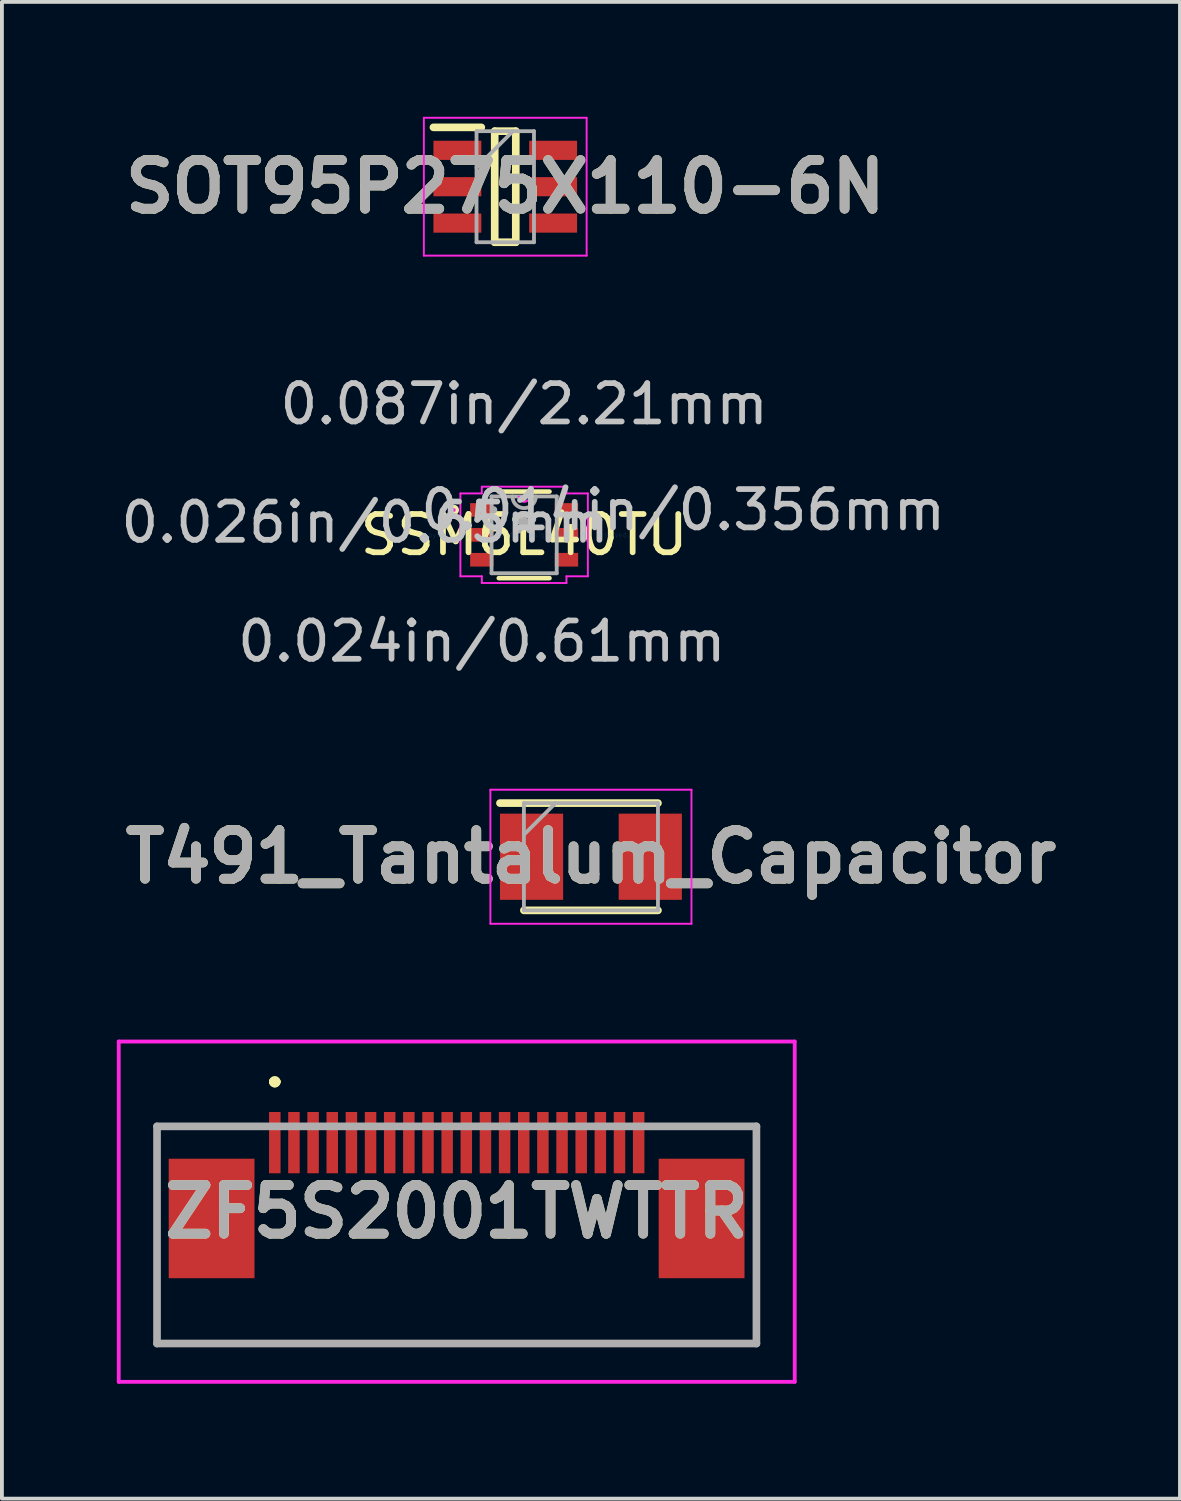
<source format=kicad_pcb>
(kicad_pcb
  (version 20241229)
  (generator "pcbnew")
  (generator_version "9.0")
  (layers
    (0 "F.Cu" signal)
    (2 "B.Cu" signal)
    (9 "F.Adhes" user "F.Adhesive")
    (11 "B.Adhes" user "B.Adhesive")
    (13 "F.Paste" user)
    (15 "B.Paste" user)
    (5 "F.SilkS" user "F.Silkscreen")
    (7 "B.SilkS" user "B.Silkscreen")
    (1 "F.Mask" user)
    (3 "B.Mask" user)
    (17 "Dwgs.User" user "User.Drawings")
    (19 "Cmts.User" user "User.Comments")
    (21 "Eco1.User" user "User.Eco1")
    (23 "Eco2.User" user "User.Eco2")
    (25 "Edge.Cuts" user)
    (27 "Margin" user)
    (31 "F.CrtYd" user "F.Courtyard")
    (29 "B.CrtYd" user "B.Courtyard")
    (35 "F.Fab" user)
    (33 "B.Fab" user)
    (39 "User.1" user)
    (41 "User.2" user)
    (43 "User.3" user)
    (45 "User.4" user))
  (footprint "ZF5S2001TWTTR"
    (layer "F.Cu")
    (at 8.875 29.194)
    (property "Reference" "ZF5S2001TWTTR" (at 0 -0.607 0) (layer "F.SilkS") (effects (font (size 1.27 1.27) (thickness 0.254))))
    (attr smd)
    (fp_line (start -7.825 -2.835) (end -7.825 -2.835) (stroke (width 0.1) (type solid)) (layer "F.SilkS"))
    (fp_line (start -7.825 -2.835) (end -5.5 -2.835) (stroke (width 0.1) (type solid)) (layer "F.SilkS"))
    (fp_line (start -7.825 1.84) (end -7.825 1.84) (stroke (width 0.1) (type solid)) (layer "F.SilkS"))
    (fp_line (start -7.825 1.84) (end -7.825 2.835) (stroke (width 0.1) (type solid)) (layer "F.SilkS"))
    (fp_line (start -7.825 2.835) (end -7.825 1.84) (stroke (width 0.1) (type solid)) (layer "F.SilkS"))
    (fp_line (start -7.825 2.835) (end -7.825 2.835) (stroke (width 0.1) (type solid)) (layer "F.SilkS"))
    (fp_line (start -7.825 2.835) (end -7.825 2.835) (stroke (width 0.1) (type solid)) (layer "F.SilkS"))
    (fp_line (start -7.825 2.835) (end 7.75 2.835) (stroke (width 0.1) (type solid)) (layer "F.SilkS"))
    (fp_line (start -5.5 -2.835) (end -7.825 -2.835) (stroke (width 0.1) (type solid)) (layer "F.SilkS"))
    (fp_line (start -5.5 -2.835) (end -5.5 -2.835) (stroke (width 0.1) (type solid)) (layer "F.SilkS"))
    (fp_line (start -4.8 -4) (end -4.8 -4) (stroke (width 0.2) (type solid)) (layer "F.SilkS"))
    (fp_line (start -4.8 -4) (end -4.8 -4) (stroke (width 0.2) (type solid)) (layer "F.SilkS"))
    (fp_line (start -4.7 -4) (end -4.7 -4) (stroke (width 0.2) (type solid)) (layer "F.SilkS"))
    (fp_line (start 5.75 -2.835) (end 5.75 -2.835) (stroke (width 0.1) (type solid)) (layer "F.SilkS"))
    (fp_line (start 5.75 -2.835) (end 7.75 -2.835) (stroke (width 0.1) (type solid)) (layer "F.SilkS"))
    (fp_line (start 7.75 -2.835) (end 5.75 -2.835) (stroke (width 0.1) (type solid)) (layer "F.SilkS"))
    (fp_line (start 7.75 -2.835) (end 7.75 -2.835) (stroke (width 0.1) (type solid)) (layer "F.SilkS"))
    (fp_line (start 7.75 2.835) (end -7.825 2.835) (stroke (width 0.1) (type solid)) (layer "F.SilkS"))
    (fp_line (start 7.75 2.835) (end 7.75 2.835) (stroke (width 0.1) (type solid)) (layer "F.SilkS"))
    (fp_line (start 7.825 1.84) (end 7.825 1.84) (stroke (width 0.1) (type solid)) (layer "F.SilkS"))
    (fp_line (start 7.825 1.84) (end 7.825 2.835) (stroke (width 0.1) (type solid)) (layer "F.SilkS"))
    (fp_line (start 7.825 2.835) (end 7.825 1.84) (stroke (width 0.1) (type solid)) (layer "F.SilkS"))
    (fp_line (start 7.825 2.835) (end 7.825 2.835) (stroke (width 0.1) (type solid)) (layer "F.SilkS"))
    (fp_arc (start -4.8 -4) (mid -4.75 -4.05) (end -4.7 -4) (stroke (width 0.2) (type solid)) (layer "F.SilkS"))
    (fp_arc (start -4.7 -4) (mid -4.75 -3.95) (end -4.8 -4) (stroke (width 0.2) (type solid)) (layer "F.SilkS"))
    (fp_arc (start -4.7 -4) (mid -4.75 -3.95) (end -4.8 -4) (stroke (width 0.2) (type solid)) (layer "F.SilkS"))
    (fp_line (start -8.825 -5.05) (end 8.825 -5.05) (stroke (width 0.1) (type solid)) (layer "F.CrtYd"))
    (fp_line (start -8.825 3.835) (end -8.825 -5.05) (stroke (width 0.1) (type solid)) (layer "F.CrtYd"))
    (fp_line (start 8.825 -5.05) (end 8.825 3.835) (stroke (width 0.1) (type solid)) (layer "F.CrtYd"))
    (fp_line (start 8.825 3.835) (end -8.825 3.835) (stroke (width 0.1) (type solid)) (layer "F.CrtYd"))
    (fp_line (start -7.825 -2.835) (end -7.825 2.835) (stroke (width 0.2) (type solid)) (layer "F.Fab"))
    (fp_line (start -7.825 2.835) (end 7.825 2.835) (stroke (width 0.2) (type solid)) (layer "F.Fab"))
    (fp_line (start 7.825 -2.835) (end -7.825 -2.835) (stroke (width 0.2) (type solid)) (layer "F.Fab"))
    (fp_line (start 7.825 2.835) (end 7.825 -2.835) (stroke (width 0.2) (type solid)) (layer "F.Fab"))
    (fp_text user "${REFERENCE}" (at 0 -0.607 0) (layer "F.Fab") (effects (font (size 1.27 1.27) (thickness 0.254))))
    (pad "1" smd rect (at -4.75 -2.41) (size 0.3 1.6) (layers "F.Cu" "F.Mask" "F.Paste"))
    (pad "2" smd rect (at -4.25 -2.41) (size 0.3 1.6) (layers "F.Cu" "F.Mask" "F.Paste"))
    (pad "3" smd rect (at -3.75 -2.41) (size 0.3 1.6) (layers "F.Cu" "F.Mask" "F.Paste"))
    (pad "4" smd rect (at -3.25 -2.41) (size 0.3 1.6) (layers "F.Cu" "F.Mask" "F.Paste"))
    (pad "5" smd rect (at -2.75 -2.41) (size 0.3 1.6) (layers "F.Cu" "F.Mask" "F.Paste"))
    (pad "6" smd rect (at -2.25 -2.41) (size 0.3 1.6) (layers "F.Cu" "F.Mask" "F.Paste"))
    (pad "7" smd rect (at -1.75 -2.41) (size 0.3 1.6) (layers "F.Cu" "F.Mask" "F.Paste"))
    (pad "8" smd rect (at -1.25 -2.41) (size 0.3 1.6) (layers "F.Cu" "F.Mask" "F.Paste"))
    (pad "9" smd rect (at -0.75 -2.41) (size 0.3 1.6) (layers "F.Cu" "F.Mask" "F.Paste"))
    (pad "10" smd rect (at -0.25 -2.41) (size 0.3 1.6) (layers "F.Cu" "F.Mask" "F.Paste"))
    (pad "11" smd rect (at 0.25 -2.41) (size 0.3 1.6) (layers "F.Cu" "F.Mask" "F.Paste"))
    (pad "12" smd rect (at 0.75 -2.41) (size 0.3 1.6) (layers "F.Cu" "F.Mask" "F.Paste"))
    (pad "13" smd rect (at 1.25 -2.41) (size 0.3 1.6) (layers "F.Cu" "F.Mask" "F.Paste"))
    (pad "14" smd rect (at 1.75 -2.41) (size 0.3 1.6) (layers "F.Cu" "F.Mask" "F.Paste"))
    (pad "15" smd rect (at 2.25 -2.41) (size 0.3 1.6) (layers "F.Cu" "F.Mask" "F.Paste"))
    (pad "16" smd rect (at 2.75 -2.41) (size 0.3 1.6) (layers "F.Cu" "F.Mask" "F.Paste"))
    (pad "17" smd rect (at 3.25 -2.41) (size 0.3 1.6) (layers "F.Cu" "F.Mask" "F.Paste"))
    (pad "18" smd rect (at 3.75 -2.41) (size 0.3 1.6) (layers "F.Cu" "F.Mask" "F.Paste"))
    (pad "19" smd rect (at 4.25 -2.41) (size 0.3 1.6) (layers "F.Cu" "F.Mask" "F.Paste"))
    (pad "20" smd rect (at 4.75 -2.41) (size 0.3 1.6) (layers "F.Cu" "F.Mask" "F.Paste"))
    (pad "MP1" smd rect (at -6.4 -0.43) (size 2.24 3.12) (layers "F.Cu" "F.Mask" "F.Paste"))
    (pad "MP2" smd rect (at 6.394 -0.43) (size 2.24 3.12) (layers "F.Cu" "F.Mask" "F.Paste")))
  (footprint "SOT95P275X110-6N"
    (layer "F.Cu")
    (at 10.142 1.825)
    (property "Reference" "SOT95P275X110-6N" (at 0 0 0) (layer "F.SilkS") (effects (font (size 1.27 1.27) (thickness 0.254))))
    (attr smd)
    (fp_line (start -1.875 -1.55) (end -0.625 -1.55) (stroke (width 0.2) (type solid)) (layer "F.SilkS"))
    (fp_line (start -0.275 -1.45) (end 0.275 -1.45) (stroke (width 0.2) (type solid)) (layer "F.SilkS"))
    (fp_line (start -0.275 1.45) (end -0.275 -1.45) (stroke (width 0.2) (type solid)) (layer "F.SilkS"))
    (fp_line (start 0.275 -1.45) (end 0.275 1.45) (stroke (width 0.2) (type solid)) (layer "F.SilkS"))
    (fp_line (start 0.275 1.45) (end -0.275 1.45) (stroke (width 0.2) (type solid)) (layer "F.SilkS"))
    (fp_line (start -2.125 -1.8) (end 2.125 -1.8) (stroke (width 0.05) (type solid)) (layer "F.CrtYd"))
    (fp_line (start -2.125 1.8) (end -2.125 -1.8) (stroke (width 0.05) (type solid)) (layer "F.CrtYd"))
    (fp_line (start 2.125 -1.8) (end 2.125 1.8) (stroke (width 0.05) (type solid)) (layer "F.CrtYd"))
    (fp_line (start 2.125 1.8) (end -2.125 1.8) (stroke (width 0.05) (type solid)) (layer "F.CrtYd"))
    (fp_line (start -0.75 -1.45) (end 0.75 -1.45) (stroke (width 0.1) (type solid)) (layer "F.Fab"))
    (fp_line (start -0.75 -0.5) (end 0.2 -1.45) (stroke (width 0.1) (type solid)) (layer "F.Fab"))
    (fp_line (start -0.75 1.45) (end -0.75 -1.45) (stroke (width 0.1) (type solid)) (layer "F.Fab"))
    (fp_line (start 0.75 -1.45) (end 0.75 1.45) (stroke (width 0.1) (type solid)) (layer "F.Fab"))
    (fp_line (start 0.75 1.45) (end -0.75 1.45) (stroke (width 0.1) (type solid)) (layer "F.Fab"))
    (fp_text user "${REFERENCE}" (at 0 0 0) (layer "F.Fab") (effects (font (size 1.27 1.27) (thickness 0.254))))
    (pad "1" smd rect (at -1.25 -0.95 90) (size 0.5 1.25) (layers "F.Cu" "F.Mask" "F.Paste"))
    (pad "2" smd rect (at -1.25 0 90) (size 0.5 1.25) (layers "F.Cu" "F.Mask" "F.Paste"))
    (pad "3" smd rect (at -1.25 0.95 90) (size 0.5 1.25) (layers "F.Cu" "F.Mask" "F.Paste"))
    (pad "4" smd rect (at 1.25 0.95 90) (size 0.5 1.25) (layers "F.Cu" "F.Mask" "F.Paste"))
    (pad "5" smd rect (at 1.25 0 90) (size 0.5 1.25) (layers "F.Cu" "F.Mask" "F.Paste"))
    (pad "6" smd rect (at 1.25 -0.95 90) (size 0.5 1.25) (layers "F.Cu" "F.Mask" "F.Paste")))
  (footprint "T491_Tantalum_Capacitor"
    (layer "F.Cu")
    (at 12.379 19.319)
    (property "Reference" "T491_Tantalum_Capacitor" (at 0 0 0) (layer "F.SilkS") (effects (font (size 1.27 1.27) (thickness 0.254))))
    (attr smd)
    (fp_line (start -1.75 1.4) (end 1.75 1.4) (stroke (width 0.2) (type solid)) (layer "F.SilkS"))
    (fp_line (start 1.75 -1.4) (end -2.375 -1.4) (stroke (width 0.2) (type solid)) (layer "F.SilkS"))
    (fp_line (start -2.625 -1.75) (end 2.625 -1.75) (stroke (width 0.05) (type solid)) (layer "F.CrtYd"))
    (fp_line (start -2.625 1.75) (end -2.625 -1.75) (stroke (width 0.05) (type solid)) (layer "F.CrtYd"))
    (fp_line (start 2.625 -1.75) (end 2.625 1.75) (stroke (width 0.05) (type solid)) (layer "F.CrtYd"))
    (fp_line (start 2.625 1.75) (end -2.625 1.75) (stroke (width 0.05) (type solid)) (layer "F.CrtYd"))
    (fp_line (start -1.75 -1.4) (end 1.75 -1.4) (stroke (width 0.1) (type solid)) (layer "F.Fab"))
    (fp_line (start -1.75 -0.575) (end -0.925 -1.4) (stroke (width 0.1) (type solid)) (layer "F.Fab"))
    (fp_line (start -1.75 1.4) (end -1.75 -1.4) (stroke (width 0.1) (type solid)) (layer "F.Fab"))
    (fp_line (start 1.75 -1.4) (end 1.75 1.4) (stroke (width 0.1) (type solid)) (layer "F.Fab"))
    (fp_line (start 1.75 1.4) (end -1.75 1.4) (stroke (width 0.1) (type solid)) (layer "F.Fab"))
    (fp_text user "${REFERENCE}" (at 0 0 0) (layer "F.Fab") (effects (font (size 1.27 1.27) (thickness 0.254))))
    (pad "1" smd rect (at -1.55 0) (size 1.65 2.25) (layers "F.Cu" "F.Mask" "F.Paste"))
    (pad "2" smd rect (at 1.55 0) (size 1.65 2.25) (layers "F.Cu" "F.Mask" "F.Paste")))
  (footprint "SSM6L40TU"
    (layer "F.Cu")
    (at 10.635 10.915)
    (property "Reference" "SSM6L40TU" (at 0 0 0) (layer "F.SilkS") (effects (font (size 1 1) (thickness 0.15))))
    (attr through_hole)
    (fp_line (start -0.662 1.13) (end 0.662 1.13) (stroke (width 0.12) (type solid)) (layer "F.SilkS"))
    (fp_line (start 0.662 -1.13) (end -0.662 -1.13) (stroke (width 0.12) (type solid)) (layer "F.SilkS"))
    (fp_circle (center -1.836 -0.65) (end -1.76 -0.65) (stroke (width 0.12) (type solid)) (fill no) (layer "F.SilkS"))
    (fp_line (start -1.664 -1.082) (end -1.105 -1.082) (stroke (width 0.05) (type solid)) (layer "F.CrtYd"))
    (fp_line (start -1.664 1.082) (end -1.664 -1.082) (stroke (width 0.05) (type solid)) (layer "F.CrtYd"))
    (fp_line (start -1.105 -1.257) (end 1.105 -1.257) (stroke (width 0.05) (type solid)) (layer "F.CrtYd"))
    (fp_line (start -1.105 -1.082) (end -1.105 -1.257) (stroke (width 0.05) (type solid)) (layer "F.CrtYd"))
    (fp_line (start -1.105 1.082) (end -1.664 1.082) (stroke (width 0.05) (type solid)) (layer "F.CrtYd"))
    (fp_line (start -1.105 1.257) (end -1.105 1.082) (stroke (width 0.05) (type solid)) (layer "F.CrtYd"))
    (fp_line (start 1.105 -1.257) (end 1.105 -1.082) (stroke (width 0.05) (type solid)) (layer "F.CrtYd"))
    (fp_line (start 1.105 -1.082) (end 1.664 -1.082) (stroke (width 0.05) (type solid)) (layer "F.CrtYd"))
    (fp_line (start 1.105 1.082) (end 1.105 1.257) (stroke (width 0.05) (type solid)) (layer "F.CrtYd"))
    (fp_line (start 1.105 1.257) (end -1.105 1.257) (stroke (width 0.05) (type solid)) (layer "F.CrtYd"))
    (fp_line (start 1.664 -1.082) (end 1.664 1.082) (stroke (width 0.05) (type solid)) (layer "F.CrtYd"))
    (fp_line (start 1.664 1.082) (end 1.105 1.082) (stroke (width 0.05) (type solid)) (layer "F.CrtYd"))
    (fp_arc (start 0.141817 -1.0033) (mid 0 -0.861483) (end -0.141817 -1.0033) (stroke (width 0.05) (type solid)) (layer "F.CrtYd"))
    (fp_circle (center -1.836 -0.65) (end -1.836 -0.65) (stroke (width 0.05) (type solid)) (fill no) (layer "F.CrtYd"))
    (fp_line (start -0.851 -1.003) (end -0.851 1.003) (stroke (width 0.1) (type solid)) (layer "F.Fab"))
    (fp_line (start -0.851 1.003) (end 0.851 1.003) (stroke (width 0.1) (type solid)) (layer "F.Fab"))
    (fp_line (start 0.851 -1.003) (end -0.851 -1.003) (stroke (width 0.1) (type solid)) (layer "F.Fab"))
    (fp_line (start 0.851 1.003) (end 0.851 -1.003) (stroke (width 0.1) (type solid)) (layer "F.Fab"))
    (fp_arc (start 0.3048 -1.0033) (mid 0 -0.6985) (end -0.3048 -1.0033) (stroke (width 0.1) (type solid)) (layer "F.Fab"))
    (fp_circle (center -0.8 -0.65) (end -0.8 -0.65) (stroke (width 0.1) (type solid)) (fill no) (layer "F.Fab"))
    (fp_text user "*" (at 0 0 0) (layer "F.SilkS") (effects (font (size 1 1) (thickness 0.15))))
    (fp_text user "0.014in/0.356mm" (at 4.153 -0.65 0) (layer "Dwgs.User") (effects (font (size 1 1) (thickness 0.15))))
    (fp_text user "0.024in/0.61mm" (at -1.105 2.781 0) (layer "Dwgs.User") (effects (font (size 1 1) (thickness 0.15))))
    (fp_text user "0.087in/2.21mm" (at 0 -3.416 0) (layer "Dwgs.User") (effects (font (size 1 1) (thickness 0.15))))
    (fp_text user "0.026in/0.65mm" (at -4.153 -0.325 0) (layer "Dwgs.User") (effects (font (size 1 1) (thickness 0.15))))
    (fp_text user "Copyright 2021 Accelerated Designs. All rights reserved." (at 0 0 0) (layer "Cmts.User") (effects (font (size 0.127 0.127) (thickness 0.002))))
    (fp_text user "*" (at 0 0 0) (layer "F.Fab") (effects (font (size 1 1) (thickness 0.15))))
    (pad "1" smd rect (at -1.105 -0.65) (size 0.61 0.356) (layers "F.Cu" "F.Mask" "F.Paste"))
    (pad "2" smd rect (at -1.105 0) (size 0.61 0.356) (layers "F.Cu" "F.Mask" "F.Paste"))
    (pad "3" smd rect (at -1.105 0.65) (size 0.61 0.356) (layers "F.Cu" "F.Mask" "F.Paste"))
    (pad "4" smd rect (at 1.105 0.65) (size 0.61 0.356) (layers "F.Cu" "F.Mask" "F.Paste"))
    (pad "5" smd rect (at 1.105 0) (size 0.61 0.356) (layers "F.Cu" "F.Mask" "F.Paste"))
    (pad "6" smd rect (at 1.105 -0.65) (size 0.61 0.356) (layers "F.Cu" "F.Mask" "F.Paste")))
  (gr_rect
    (start -3 -3)
    (end 27.759 36.079)
    (stroke (width 0.1) (type default))
    (fill no)
    (layer "Edge.Cuts")))
</source>
